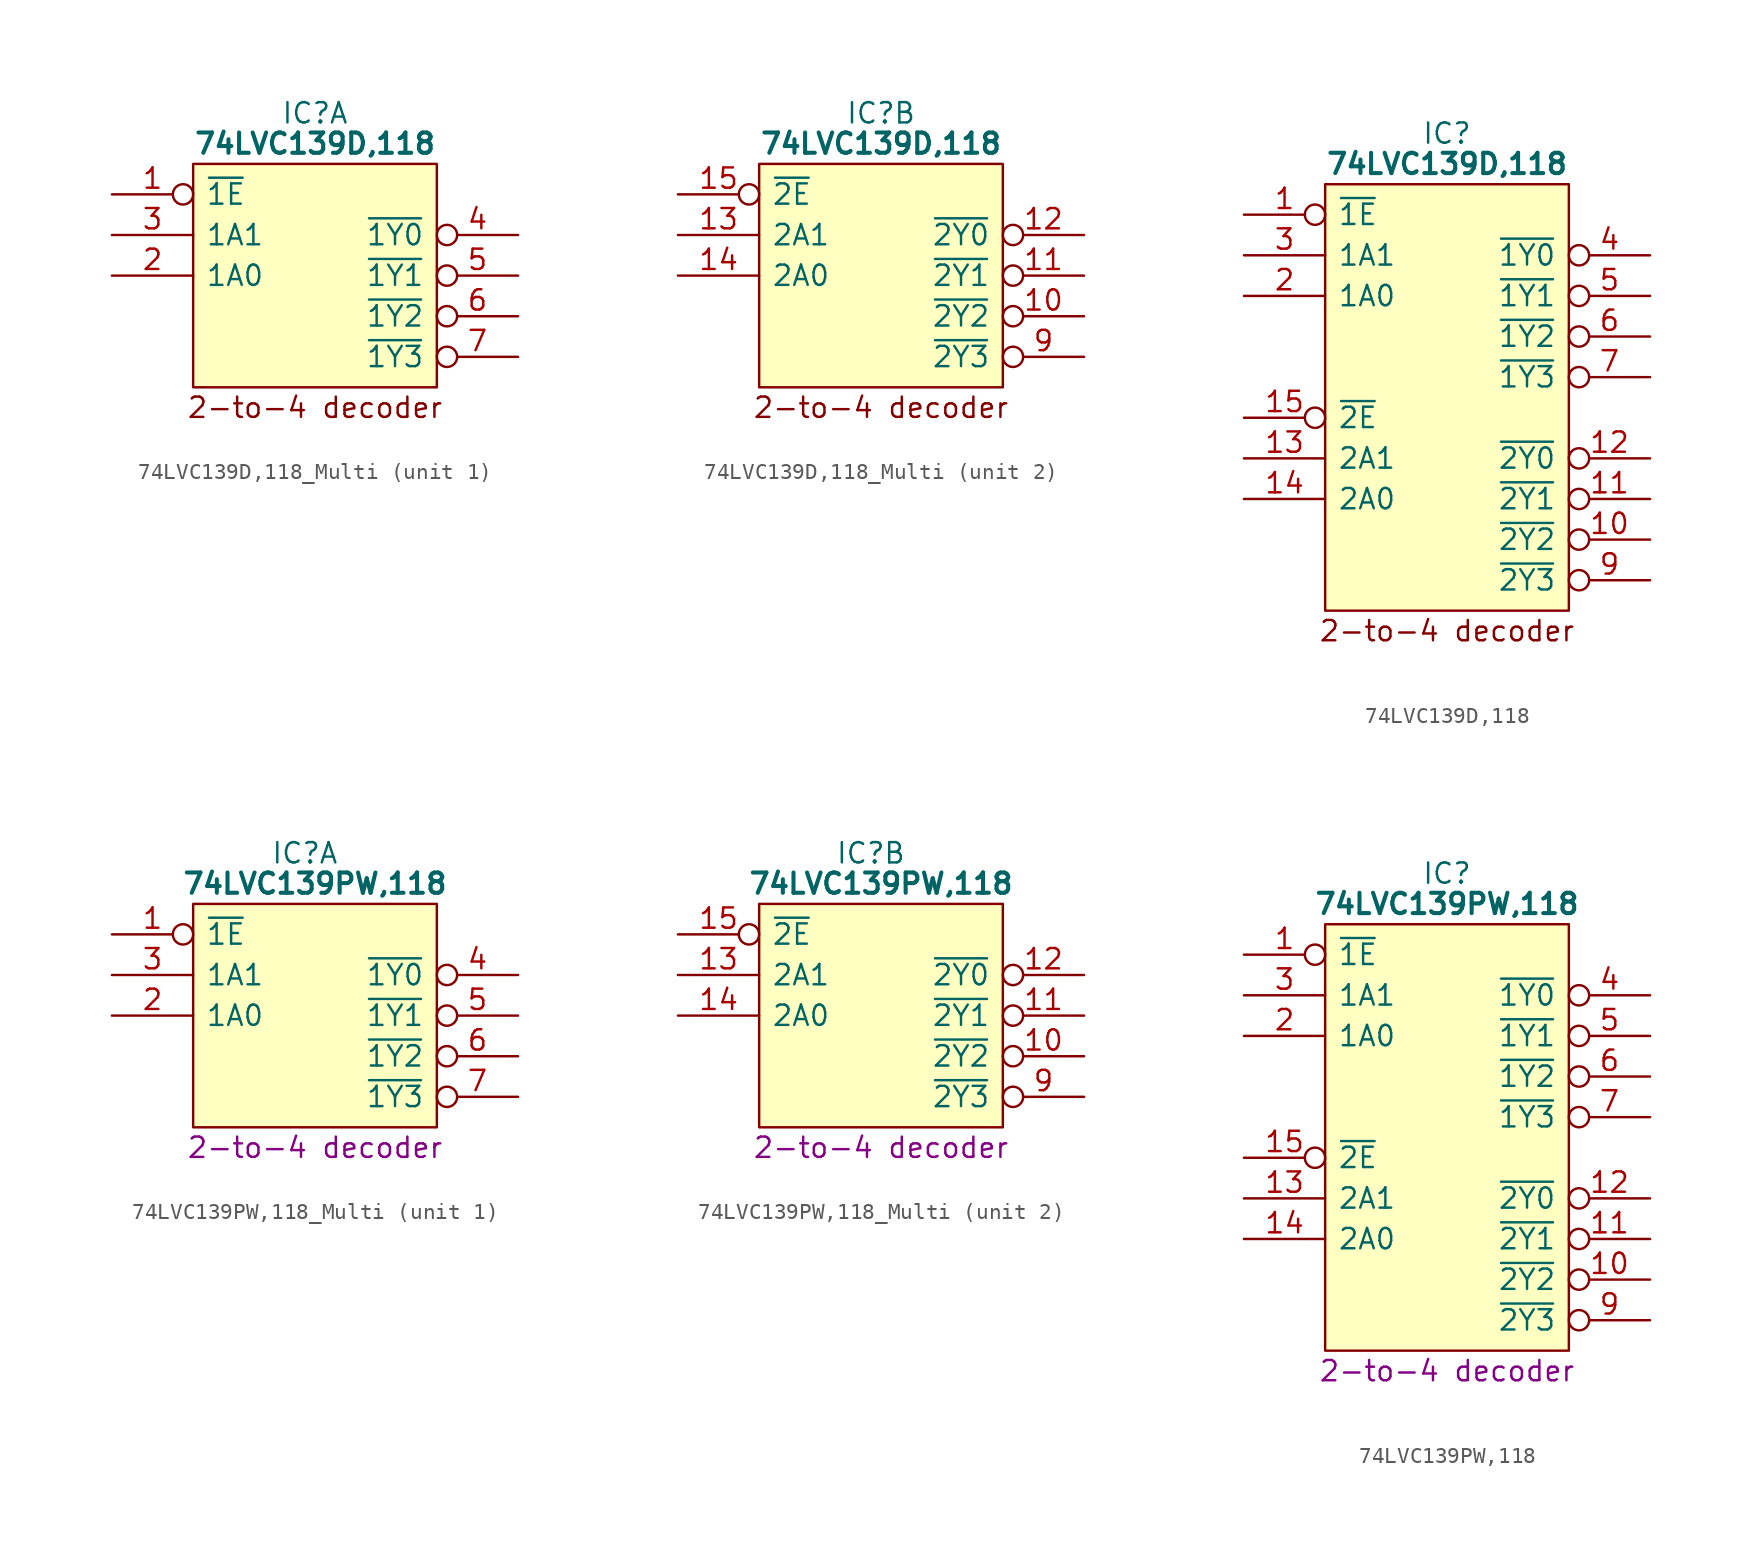
<source format=kicad_sym>
(kicad_symbol_lib
  (version 20231120)
  (generator "kicad_symbol_editor")
  (generator_version "8.0")
  (symbol "74LVC139D,118_Multi"
    (pin_names
      (offset 0.762))
    (property "Reference" "IC"
      (at 12.7 5.08 0)
      (effects (font (size 1.27 1.27))))
    (property "Value" "74LVC139D,118"
      (at 12.7 3.175 0)
      (effects (font (size 1.27 1.27) (bold yes))))
    (symbol "74LVC139D,118_Multi_0_0"
      (text "2-to-4 decoder" (at 12.7 -13.335 0) (effects (font (size 1.27 1.27))))
      (pin passive line (at 25.4 0 180) (length 5.08) hide (name "3V" (effects (font (size 1.27 1.27)))) (number "16" (effects (font (size 1.27 1.27)))))
      (pin passive line (at 0 -10.16 0) (length 5.08) hide (name "GND" (effects (font (size 1.27 1.27)))) (number "8" (effects (font (size 1.27 1.27))))))
    (symbol "74LVC139D,118_Multi_0_1"
      (polyline (pts (xy 5.08 1.905) (xy 20.32 1.905) (xy 20.32 -12.065) (xy 5.08 -12.065) (xy 5.08 1.905)) (stroke (width 0.152) (type default)) (fill (type background))))
    (symbol "74LVC139D,118_Multi_1_0"
      (pin passive inverted (at 0 0 0) (length 5.08) (name "~{1E}" (effects (font (size 1.27 1.27)))) (number "1" (effects (font (size 1.27 1.27)))))
      (pin passive line (at 0 -5.08 0) (length 5.08) (name "1A0" (effects (font (size 1.27 1.27)))) (number "2" (effects (font (size 1.27 1.27)))))
      (pin passive line (at 0 -2.54 0) (length 5.08) (name "1A1" (effects (font (size 1.27 1.27)))) (number "3" (effects (font (size 1.27 1.27)))))
      (pin passive inverted (at 25.4 -2.54 180) (length 5.08) (name "~{1Y0}" (effects (font (size 1.27 1.27)))) (number "4" (effects (font (size 1.27 1.27)))))
      (pin passive inverted (at 25.4 -5.08 180) (length 5.08) (name "~{1Y1}" (effects (font (size 1.27 1.27)))) (number "5" (effects (font (size 1.27 1.27)))))
      (pin passive inverted (at 25.4 -7.62 180) (length 5.08) (name "~{1Y2}" (effects (font (size 1.27 1.27)))) (number "6" (effects (font (size 1.27 1.27)))))
      (pin passive inverted (at 25.4 -10.16 180) (length 5.08) (name "~{1Y3}" (effects (font (size 1.27 1.27)))) (number "7" (effects (font (size 1.27 1.27))))))
    (symbol "74LVC139D,118_Multi_2_0"
      (pin passive inverted (at 25.4 -7.62 180) (length 5.08) (name "~{2Y2}" (effects (font (size 1.27 1.27)))) (number "10" (effects (font (size 1.27 1.27)))))
      (pin passive inverted (at 25.4 -5.08 180) (length 5.08) (name "~{2Y1}" (effects (font (size 1.27 1.27)))) (number "11" (effects (font (size 1.27 1.27)))))
      (pin passive inverted (at 25.4 -2.54 180) (length 5.08) (name "~{2Y0}" (effects (font (size 1.27 1.27)))) (number "12" (effects (font (size 1.27 1.27)))))
      (pin passive line (at 0 -2.54 0) (length 5.08) (name "2A1" (effects (font (size 1.27 1.27)))) (number "13" (effects (font (size 1.27 1.27)))))
      (pin passive line (at 0 -5.08 0) (length 5.08) (name "2A0" (effects (font (size 1.27 1.27)))) (number "14" (effects (font (size 1.27 1.27)))))
      (pin passive inverted (at 0 0 0) (length 5.08) (name "~{2E}" (effects (font (size 1.27 1.27)))) (number "15" (effects (font (size 1.27 1.27)))))
      (pin passive inverted (at 25.4 -10.16 180) (length 5.08) (name "~{2Y3}" (effects (font (size 1.27 1.27)))) (number "9" (effects (font (size 1.27 1.27)))))))
  (symbol "74LVC139D,118"
    (pin_names
      (offset 0.762))
    (property "Reference" "IC"
      (at 12.7 5.08 0)
      (effects (font (size 1.27 1.27))))
    (property "Value" "74LVC139D,118"
      (at 12.7 3.175 0)
      (effects (font (size 1.27 1.27) (bold yes))))
    (symbol "74LVC139D,118_0_0"
      (text "2-to-4 decoder" (at 12.7 -26.035 0) (effects (font (size 1.27 1.27))))
      (pin passive inverted (at 0 0 0) (length 5.08) (name "~{1E}" (effects (font (size 1.27 1.27)))) (number "1" (effects (font (size 1.27 1.27)))))
      (pin passive inverted (at 25.4 -20.32 180) (length 5.08) (name "~{2Y2}" (effects (font (size 1.27 1.27)))) (number "10" (effects (font (size 1.27 1.27)))))
      (pin passive inverted (at 25.4 -17.78 180) (length 5.08) (name "~{2Y1}" (effects (font (size 1.27 1.27)))) (number "11" (effects (font (size 1.27 1.27)))))
      (pin passive inverted (at 25.4 -15.24 180) (length 5.08) (name "~{2Y0}" (effects (font (size 1.27 1.27)))) (number "12" (effects (font (size 1.27 1.27)))))
      (pin passive line (at 0 -15.24 0) (length 5.08) (name "2A1" (effects (font (size 1.27 1.27)))) (number "13" (effects (font (size 1.27 1.27)))))
      (pin passive line (at 0 -17.78 0) (length 5.08) (name "2A0" (effects (font (size 1.27 1.27)))) (number "14" (effects (font (size 1.27 1.27)))))
      (pin passive inverted (at 0 -12.7 0) (length 5.08) (name "~{2E}" (effects (font (size 1.27 1.27)))) (number "15" (effects (font (size 1.27 1.27)))))
      (pin passive line (at 25.4 0 180) (length 5.08) hide (name "3V" (effects (font (size 1.27 1.27)))) (number "16" (effects (font (size 1.27 1.27)))))
      (pin passive line (at 0 -5.08 0) (length 5.08) (name "1A0" (effects (font (size 1.27 1.27)))) (number "2" (effects (font (size 1.27 1.27)))))
      (pin passive line (at 0 -2.54 0) (length 5.08) (name "1A1" (effects (font (size 1.27 1.27)))) (number "3" (effects (font (size 1.27 1.27)))))
      (pin passive inverted (at 25.4 -2.54 180) (length 5.08) (name "~{1Y0}" (effects (font (size 1.27 1.27)))) (number "4" (effects (font (size 1.27 1.27)))))
      (pin passive inverted (at 25.4 -5.08 180) (length 5.08) (name "~{1Y1}" (effects (font (size 1.27 1.27)))) (number "5" (effects (font (size 1.27 1.27)))))
      (pin passive inverted (at 25.4 -7.62 180) (length 5.08) (name "~{1Y2}" (effects (font (size 1.27 1.27)))) (number "6" (effects (font (size 1.27 1.27)))))
      (pin passive inverted (at 25.4 -10.16 180) (length 5.08) (name "~{1Y3}" (effects (font (size 1.27 1.27)))) (number "7" (effects (font (size 1.27 1.27)))))
      (pin passive line (at 0 -22.86 0) (length 5.08) hide (name "GND" (effects (font (size 1.27 1.27)))) (number "8" (effects (font (size 1.27 1.27)))))
      (pin passive inverted (at 25.4 -22.86 180) (length 5.08) (name "~{2Y3}" (effects (font (size 1.27 1.27)))) (number "9" (effects (font (size 1.27 1.27))))))
    (symbol "74LVC139D,118_0_1"
      (polyline (pts (xy 5.08 1.905) (xy 20.32 1.905) (xy 20.32 -24.765) (xy 5.08 -24.765) (xy 5.08 1.905)) (stroke (width 0.152) (type default)) (fill (type background)))))
  (symbol "74LVC139PW,118_Multi"
    (pin_names
      (offset 0.762))
    (property "Reference" "IC"
      (at 12.065 5.08 0)
      (effects (font (size 1.27 1.27))))
    (property "Value" "74LVC139PW,118"
      (at 12.7 3.175 0)
      (effects (font (size 1.27 1.27) (bold yes))))
    (property "Description" "2-to-4 decoder"
      (at 12.7 -13.335 0)
      (effects (font (size 1.27 1.27))))
    (symbol "74LVC139PW,118_Multi_0_0"
      (pin passive line (at 25.4 0 180) (length 5.08) hide (name "3V" (effects (font (size 1.27 1.27)))) (number "16" (effects (font (size 1.27 1.27)))))
      (pin passive line (at 0 -10.16 0) (length 5.08) hide (name "GND" (effects (font (size 1.27 1.27)))) (number "8" (effects (font (size 1.27 1.27))))))
    (symbol "74LVC139PW,118_Multi_0_1"
      (polyline (pts (xy 5.08 1.905) (xy 20.32 1.905) (xy 20.32 -12.065) (xy 5.08 -12.065) (xy 5.08 1.905)) (stroke (width 0.152) (type default)) (fill (type background))))
    (symbol "74LVC139PW,118_Multi_1_0"
      (pin passive line (at 0 -2.54 0) (length 5.08) (name "1A1" (effects (font (size 1.27 1.27)))) (number "3" (effects (font (size 1.27 1.27)))))
      (pin passive inverted (at 25.4 -2.54 180) (length 5.08) (name "~{1Y0}" (effects (font (size 1.27 1.27)))) (number "4" (effects (font (size 1.27 1.27)))))
      (pin passive inverted (at 25.4 -5.08 180) (length 5.08) (name "~{1Y1}" (effects (font (size 1.27 1.27)))) (number "5" (effects (font (size 1.27 1.27)))))
      (pin passive inverted (at 25.4 -7.62 180) (length 5.08) (name "~{1Y2}" (effects (font (size 1.27 1.27)))) (number "6" (effects (font (size 1.27 1.27)))))
      (pin passive inverted (at 25.4 -10.16 180) (length 5.08) (name "~{1Y3}" (effects (font (size 1.27 1.27)))) (number "7" (effects (font (size 1.27 1.27))))))
    (symbol "74LVC139PW,118_Multi_1_1"
      (pin passive inverted (at 0 0 0) (length 5.08) (name "~{1E}" (effects (font (size 1.27 1.27)))) (number "1" (effects (font (size 1.27 1.27)))))
      (pin passive line (at 0 -5.08 0) (length 5.08) (name "1A0" (effects (font (size 1.27 1.27)))) (number "2" (effects (font (size 1.27 1.27))))))
    (symbol "74LVC139PW,118_Multi_2_0"
      (pin passive inverted (at 25.4 -7.62 180) (length 5.08) (name "~{2Y2}" (effects (font (size 1.27 1.27)))) (number "10" (effects (font (size 1.27 1.27)))))
      (pin passive inverted (at 25.4 -5.08 180) (length 5.08) (name "~{2Y1}" (effects (font (size 1.27 1.27)))) (number "11" (effects (font (size 1.27 1.27)))))
      (pin passive inverted (at 25.4 -2.54 180) (length 5.08) (name "~{2Y0}" (effects (font (size 1.27 1.27)))) (number "12" (effects (font (size 1.27 1.27)))))
      (pin passive line (at 0 -2.54 0) (length 5.08) (name "2A1" (effects (font (size 1.27 1.27)))) (number "13" (effects (font (size 1.27 1.27)))))
      (pin passive line (at 0 -5.08 0) (length 5.08) (name "2A0" (effects (font (size 1.27 1.27)))) (number "14" (effects (font (size 1.27 1.27)))))
      (pin passive inverted (at 0 0 0) (length 5.08) (name "~{2E}" (effects (font (size 1.27 1.27)))) (number "15" (effects (font (size 1.27 1.27)))))
      (pin passive inverted (at 25.4 -10.16 180) (length 5.08) (name "~{2Y3}" (effects (font (size 1.27 1.27)))) (number "9" (effects (font (size 1.27 1.27)))))))
  (symbol "74LVC139PW,118"
    (pin_names
      (offset 0.762))
    (property "Reference" "IC"
      (at 12.7 5.08 0)
      (effects (font (size 1.27 1.27))))
    (property "Value" "74LVC139PW,118"
      (at 12.7 3.175 0)
      (effects (font (size 1.27 1.27) (bold yes))))
    (property "Description" "2-to-4 decoder"
      (at 12.7 -26.035 0)
      (effects (font (size 1.27 1.27))))
    (symbol "74LVC139PW,118_0_0"
      (pin passive inverted (at 0 0 0) (length 5.08) (name "~{1E}" (effects (font (size 1.27 1.27)))) (number "1" (effects (font (size 1.27 1.27)))))
      (pin passive inverted (at 25.4 -20.32 180) (length 5.08) (name "~{2Y2}" (effects (font (size 1.27 1.27)))) (number "10" (effects (font (size 1.27 1.27)))))
      (pin passive inverted (at 25.4 -17.78 180) (length 5.08) (name "~{2Y1}" (effects (font (size 1.27 1.27)))) (number "11" (effects (font (size 1.27 1.27)))))
      (pin passive inverted (at 25.4 -15.24 180) (length 5.08) (name "~{2Y0}" (effects (font (size 1.27 1.27)))) (number "12" (effects (font (size 1.27 1.27)))))
      (pin passive line (at 0 -15.24 0) (length 5.08) (name "2A1" (effects (font (size 1.27 1.27)))) (number "13" (effects (font (size 1.27 1.27)))))
      (pin passive line (at 0 -17.78 0) (length 5.08) (name "2A0" (effects (font (size 1.27 1.27)))) (number "14" (effects (font (size 1.27 1.27)))))
      (pin passive inverted (at 0 -12.7 0) (length 5.08) (name "~{2E}" (effects (font (size 1.27 1.27)))) (number "15" (effects (font (size 1.27 1.27)))))
      (pin passive line (at 25.4 0 180) (length 5.08) hide (name "3V" (effects (font (size 1.27 1.27)))) (number "16" (effects (font (size 1.27 1.27)))))
      (pin passive line (at 0 -5.08 0) (length 5.08) (name "1A0" (effects (font (size 1.27 1.27)))) (number "2" (effects (font (size 1.27 1.27)))))
      (pin passive line (at 0 -2.54 0) (length 5.08) (name "1A1" (effects (font (size 1.27 1.27)))) (number "3" (effects (font (size 1.27 1.27)))))
      (pin passive inverted (at 25.4 -2.54 180) (length 5.08) (name "~{1Y0}" (effects (font (size 1.27 1.27)))) (number "4" (effects (font (size 1.27 1.27)))))
      (pin passive inverted (at 25.4 -5.08 180) (length 5.08) (name "~{1Y1}" (effects (font (size 1.27 1.27)))) (number "5" (effects (font (size 1.27 1.27)))))
      (pin passive inverted (at 25.4 -7.62 180) (length 5.08) (name "~{1Y2}" (effects (font (size 1.27 1.27)))) (number "6" (effects (font (size 1.27 1.27)))))
      (pin passive inverted (at 25.4 -10.16 180) (length 5.08) (name "~{1Y3}" (effects (font (size 1.27 1.27)))) (number "7" (effects (font (size 1.27 1.27)))))
      (pin passive line (at 0 -22.86 0) (length 5.08) hide (name "GND" (effects (font (size 1.27 1.27)))) (number "8" (effects (font (size 1.27 1.27)))))
      (pin passive inverted (at 25.4 -22.86 180) (length 5.08) (name "~{2Y3}" (effects (font (size 1.27 1.27)))) (number "9" (effects (font (size 1.27 1.27))))))
    (symbol "74LVC139PW,118_0_1"
      (polyline (pts (xy 5.08 1.905) (xy 20.32 1.905) (xy 20.32 -24.765) (xy 5.08 -24.765) (xy 5.08 1.905)) (stroke (width 0.152) (type default)) (fill (type background))))))
</source>
